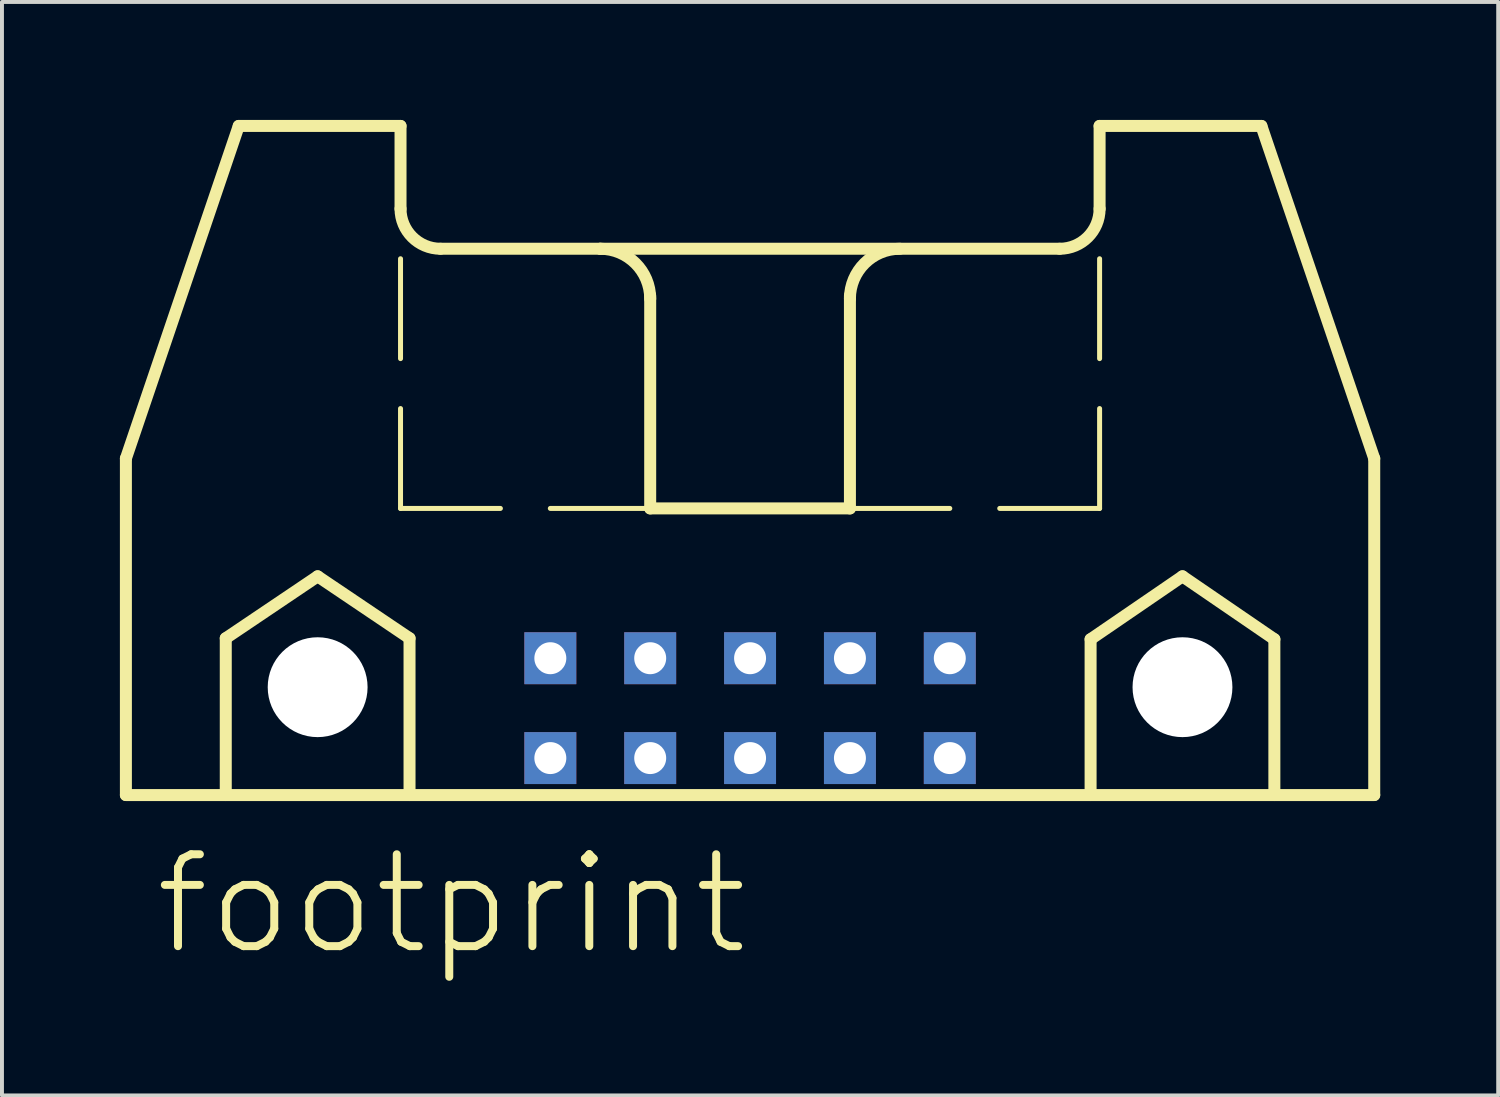
<source format=kicad_pcb>
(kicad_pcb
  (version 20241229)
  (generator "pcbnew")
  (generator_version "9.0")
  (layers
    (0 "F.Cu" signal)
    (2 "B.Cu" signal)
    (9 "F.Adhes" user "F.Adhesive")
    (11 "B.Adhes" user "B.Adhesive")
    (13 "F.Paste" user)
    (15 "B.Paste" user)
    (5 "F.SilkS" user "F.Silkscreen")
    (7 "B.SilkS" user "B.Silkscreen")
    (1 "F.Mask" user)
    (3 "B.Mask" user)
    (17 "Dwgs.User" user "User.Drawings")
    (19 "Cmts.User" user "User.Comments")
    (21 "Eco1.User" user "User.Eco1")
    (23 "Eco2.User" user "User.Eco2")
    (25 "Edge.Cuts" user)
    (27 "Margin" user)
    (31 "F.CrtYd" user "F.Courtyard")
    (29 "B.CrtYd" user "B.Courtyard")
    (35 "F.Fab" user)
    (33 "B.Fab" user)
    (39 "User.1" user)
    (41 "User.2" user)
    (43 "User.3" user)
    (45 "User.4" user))
  (footprint "footprint"
    (layer "F.Cu")
    (at 16.027 11.151)
    (property "Reference" "footprint" (at -15.24 10.16 0) (layer "F.SilkS") (effects (font (size 2.337 2.337) (thickness 0.203)) (justify left bottom)))
    (fp_line (start -15.875 -2.54) (end -15.875 6.02) (stroke (width 0.305) (type solid)) (layer "F.SilkS"))
    (fp_line (start -15.875 -2.54) (end -13.005 -10.998) (stroke (width 0.305) (type solid)) (layer "F.SilkS"))
    (fp_line (start -15.875 6.02) (end -13.335 6.02) (stroke (width 0.305) (type solid)) (layer "F.SilkS"))
    (fp_line (start -13.335 2.032) (end -10.998 0.457) (stroke (width 0.305) (type solid)) (layer "F.SilkS"))
    (fp_line (start -13.335 6.02) (end -13.335 2.032) (stroke (width 0.305) (type solid)) (layer "F.SilkS"))
    (fp_line (start -13.335 6.02) (end -8.661 6.02) (stroke (width 0.305) (type solid)) (layer "F.SilkS"))
    (fp_line (start -10.998 0.457) (end -8.661 2.032) (stroke (width 0.305) (type solid)) (layer "F.SilkS"))
    (fp_line (start -8.89 -10.998) (end -13.005 -10.998) (stroke (width 0.305) (type solid)) (layer "F.SilkS"))
    (fp_line (start -8.89 -8.89) (end -8.89 -10.998) (stroke (width 0.305) (type solid)) (layer "F.SilkS"))
    (fp_line (start -8.89 -5.08) (end -8.89 -7.62) (stroke (width 0.127) (type solid)) (layer "F.SilkS"))
    (fp_line (start -8.89 -1.27) (end -8.89 -3.81) (stroke (width 0.127) (type solid)) (layer "F.SilkS"))
    (fp_line (start -8.89 -1.27) (end -6.35 -1.27) (stroke (width 0.127) (type solid)) (layer "F.SilkS"))
    (fp_line (start -8.661 2.032) (end -8.661 6.02) (stroke (width 0.305) (type solid)) (layer "F.SilkS"))
    (fp_line (start -8.661 6.02) (end 8.661 6.02) (stroke (width 0.305) (type solid)) (layer "F.SilkS"))
    (fp_line (start -5.08 -1.27) (end -2.54 -1.27) (stroke (width 0.127) (type solid)) (layer "F.SilkS"))
    (fp_line (start -3.81 -7.874) (end -7.874 -7.874) (stroke (width 0.305) (type solid)) (layer "F.SilkS"))
    (fp_line (start -3.81 -7.874) (end 7.874 -7.874) (stroke (width 0.305) (type solid)) (layer "F.SilkS"))
    (fp_line (start -2.54 -1.27) (end -2.54 -6.68) (stroke (width 0.305) (type solid)) (layer "F.SilkS"))
    (fp_line (start 0 -1.27) (end 2.54 -1.27) (stroke (width 0.127) (type solid)) (layer "F.SilkS"))
    (fp_line (start 2.54 -1.27) (end -2.54 -1.27) (stroke (width 0.305) (type solid)) (layer "F.SilkS"))
    (fp_line (start 2.54 -1.27) (end 2.54 -6.68) (stroke (width 0.305) (type solid)) (layer "F.SilkS"))
    (fp_line (start 5.08 -1.27) (end 2.54 -1.27) (stroke (width 0.127) (type solid)) (layer "F.SilkS"))
    (fp_line (start 8.661 2.057) (end 10.998 0.457) (stroke (width 0.305) (type solid)) (layer "F.SilkS"))
    (fp_line (start 8.661 6.02) (end 8.661 2.057) (stroke (width 0.305) (type solid)) (layer "F.SilkS"))
    (fp_line (start 8.661 6.02) (end 13.335 6.02) (stroke (width 0.305) (type solid)) (layer "F.SilkS"))
    (fp_line (start 8.89 -10.998) (end 13.005 -10.998) (stroke (width 0.305) (type solid)) (layer "F.SilkS"))
    (fp_line (start 8.89 -8.89) (end 8.89 -10.998) (stroke (width 0.305) (type solid)) (layer "F.SilkS"))
    (fp_line (start 8.89 -5.08) (end 8.89 -7.62) (stroke (width 0.127) (type solid)) (layer "F.SilkS"))
    (fp_line (start 8.89 -1.27) (end 6.35 -1.27) (stroke (width 0.127) (type solid)) (layer "F.SilkS"))
    (fp_line (start 8.89 -1.27) (end 8.89 -3.81) (stroke (width 0.127) (type solid)) (layer "F.SilkS"))
    (fp_line (start 10.998 0.457) (end 13.335 2.057) (stroke (width 0.305) (type solid)) (layer "F.SilkS"))
    (fp_line (start 13.335 2.057) (end 13.335 6.02) (stroke (width 0.305) (type solid)) (layer "F.SilkS"))
    (fp_line (start 13.335 6.02) (end 15.875 6.02) (stroke (width 0.305) (type solid)) (layer "F.SilkS"))
    (fp_line (start 15.875 -2.54) (end 13.005 -10.998) (stroke (width 0.305) (type solid)) (layer "F.SilkS"))
    (fp_line (start 15.875 6.02) (end 15.875 -2.54) (stroke (width 0.305) (type solid)) (layer "F.SilkS"))
    (fp_arc (start -7.874 -7.874) (mid -8.59242 -8.17158) (end -8.89 -8.89) (stroke (width 0.3048) (type solid)) (layer "F.SilkS"))
    (fp_arc (start -3.81 -7.874) (mid -2.911974 -7.502026) (end -2.54 -6.604) (stroke (width 0.3048) (type solid)) (layer "F.SilkS"))
    (fp_arc (start 2.54 -6.604) (mid 2.911974 -7.502026) (end 3.81 -7.874) (stroke (width 0.3048) (type solid)) (layer "F.SilkS"))
    (fp_arc (start 8.89 -8.89) (mid 8.59242 -8.17158) (end 7.874 -7.874) (stroke (width 0.3048) (type solid)) (layer "F.SilkS"))
    (pad "" np_thru_hole circle (at -10.998 3.277) (size 2.54 2.54) (drill 2.54) (layers "*.Cu" "*.Mask"))
    (pad "" np_thru_hole circle (at 10.998 3.277) (size 2.54 2.54) (drill 2.54) (layers "*.Cu" "*.Mask"))
    (pad "1" thru_hole rect (at -5.08 5.08) (size 1.321 1.321) (drill 0.813) (layers "*.Cu" "*.Mask"))
    (pad "2" thru_hole rect (at -5.08 2.54) (size 1.321 1.321) (drill 0.813) (layers "*.Cu" "*.Mask"))
    (pad "3" thru_hole rect (at -2.54 5.08) (size 1.321 1.321) (drill 0.813) (layers "*.Cu" "*.Mask"))
    (pad "4" thru_hole rect (at -2.54 2.54) (size 1.321 1.321) (drill 0.813) (layers "*.Cu" "*.Mask"))
    (pad "5" thru_hole rect (at 0 5.08) (size 1.321 1.321) (drill 0.813) (layers "*.Cu" "*.Mask"))
    (pad "6" thru_hole rect (at 0 2.54) (size 1.321 1.321) (drill 0.813) (layers "*.Cu" "*.Mask"))
    (pad "7" thru_hole rect (at 2.54 5.08) (size 1.321 1.321) (drill 0.813) (layers "*.Cu" "*.Mask"))
    (pad "8" thru_hole rect (at 2.54 2.54) (size 1.321 1.321) (drill 0.813) (layers "*.Cu" "*.Mask"))
    (pad "9" thru_hole rect (at 5.08 5.08) (size 1.321 1.321) (drill 0.813) (layers "*.Cu" "*.Mask"))
    (pad "10" thru_hole rect (at 5.08 2.54) (size 1.321 1.321) (drill 0.813) (layers "*.Cu" "*.Mask"))
    (zone (net_name "") (layer "B.Cu") (hatch edge 0.508) (connect_pads) (min_thickness 0.254) (filled_areas_thickness no) (keepout (tracks not_allowed) (vias not_allowed) (pads not_allowed) (copperpour not_allowed) (footprints allowed)) (placement (enabled no)) (fill) (polygon (pts (xy 7.595 14.427) (xy 7.556 13.982) (xy 7.44 13.55) (xy 7.251 13.145) (xy 6.994 12.778) (xy 6.678 12.462) (xy 6.312 12.205) (xy 5.907 12.017) (xy 5.475 11.901) (xy 5.029 11.862) (xy 4.584 11.901) (xy 4.152 12.017) (xy 3.747 12.205) (xy 3.38 12.462) (xy 3.064 12.778) (xy 2.807 13.145) (xy 2.619 13.55) (xy 2.503 13.982) (xy 2.464 14.427) (xy 2.503 14.873) (xy 2.619 15.305) (xy 2.807 15.71) (xy 3.064 16.076) (xy 3.38 16.392) (xy 3.747 16.649) (xy 4.152 16.838) (xy 4.584 16.954) (xy 5.029 16.993) (xy 5.475 16.954) (xy 5.907 16.838) (xy 6.312 16.649) (xy 6.678 16.392) (xy 6.994 16.076) (xy 7.251 15.71) (xy 7.44 15.305) (xy 7.556 14.873))) (polygon (pts (xy 6.325 14.427) (xy 6.305 14.202) (xy 6.246 13.984) (xy 6.151 13.78) (xy 6.022 13.595) (xy 5.862 13.435) (xy 5.677 13.305) (xy 5.472 13.21) (xy 5.254 13.151) (xy 5.029 13.132) (xy 4.804 13.151) (xy 4.586 13.21) (xy 4.381 13.305) (xy 4.197 13.435) (xy 4.037 13.595) (xy 3.907 13.78) (xy 3.812 13.984) (xy 3.753 14.202) (xy 3.734 14.427) (xy 3.753 14.652) (xy 3.812 14.87) (xy 3.907 15.075) (xy 4.037 15.26) (xy 4.197 15.42) (xy 4.381 15.549) (xy 4.586 15.644) (xy 4.804 15.703) (xy 5.029 15.723) (xy 5.254 15.703) (xy 5.472 15.644) (xy 5.677 15.549) (xy 5.862 15.42) (xy 6.022 15.26) (xy 6.151 15.075) (xy 6.246 14.87) (xy 6.305 14.652))))
    (zone (net_name "") (layer "B.Cu") (hatch edge 0.508) (connect_pads) (min_thickness 0.254) (filled_areas_thickness no) (keepout (tracks not_allowed) (vias not_allowed) (pads not_allowed) (copperpour not_allowed) (footprints allowed)) (placement (enabled no)) (fill) (polygon (pts (xy 29.591 14.427) (xy 29.552 13.982) (xy 29.436 13.55) (xy 29.247 13.145) (xy 28.991 12.778) (xy 28.675 12.462) (xy 28.308 12.205) (xy 27.903 12.017) (xy 27.471 11.901) (xy 27.026 11.862) (xy 26.58 11.901) (xy 26.148 12.017) (xy 25.743 12.205) (xy 25.377 12.462) (xy 25.06 12.778) (xy 24.804 13.145) (xy 24.615 13.55) (xy 24.499 13.982) (xy 24.46 14.427) (xy 24.499 14.873) (xy 24.615 15.305) (xy 24.804 15.71) (xy 25.06 16.076) (xy 25.377 16.392) (xy 25.743 16.649) (xy 26.148 16.838) (xy 26.58 16.954) (xy 27.026 16.993) (xy 27.471 16.954) (xy 27.903 16.838) (xy 28.308 16.649) (xy 28.675 16.392) (xy 28.991 16.076) (xy 29.247 15.71) (xy 29.436 15.305) (xy 29.552 14.873))) (polygon (pts (xy 28.321 14.427) (xy 28.301 14.202) (xy 28.243 13.984) (xy 28.147 13.78) (xy 28.018 13.595) (xy 27.858 13.435) (xy 27.673 13.305) (xy 27.469 13.21) (xy 27.251 13.151) (xy 27.026 13.132) (xy 26.801 13.151) (xy 26.583 13.21) (xy 26.378 13.305) (xy 26.193 13.435) (xy 26.033 13.595) (xy 25.904 13.78) (xy 25.808 13.984) (xy 25.75 14.202) (xy 25.73 14.427) (xy 25.75 14.652) (xy 25.808 14.87) (xy 25.904 15.075) (xy 26.033 15.26) (xy 26.193 15.42) (xy 26.378 15.549) (xy 26.583 15.644) (xy 26.801 15.703) (xy 27.026 15.723) (xy 27.251 15.703) (xy 27.469 15.644) (xy 27.673 15.549) (xy 27.858 15.42) (xy 28.018 15.26) (xy 28.147 15.075) (xy 28.243 14.87) (xy 28.301 14.652)))))
  (gr_rect
    (start -3 -3)
    (end 35.055 24.811)
    (stroke (width 0.1) (type default))
    (fill no)
    (layer "Edge.Cuts")))
</source>
